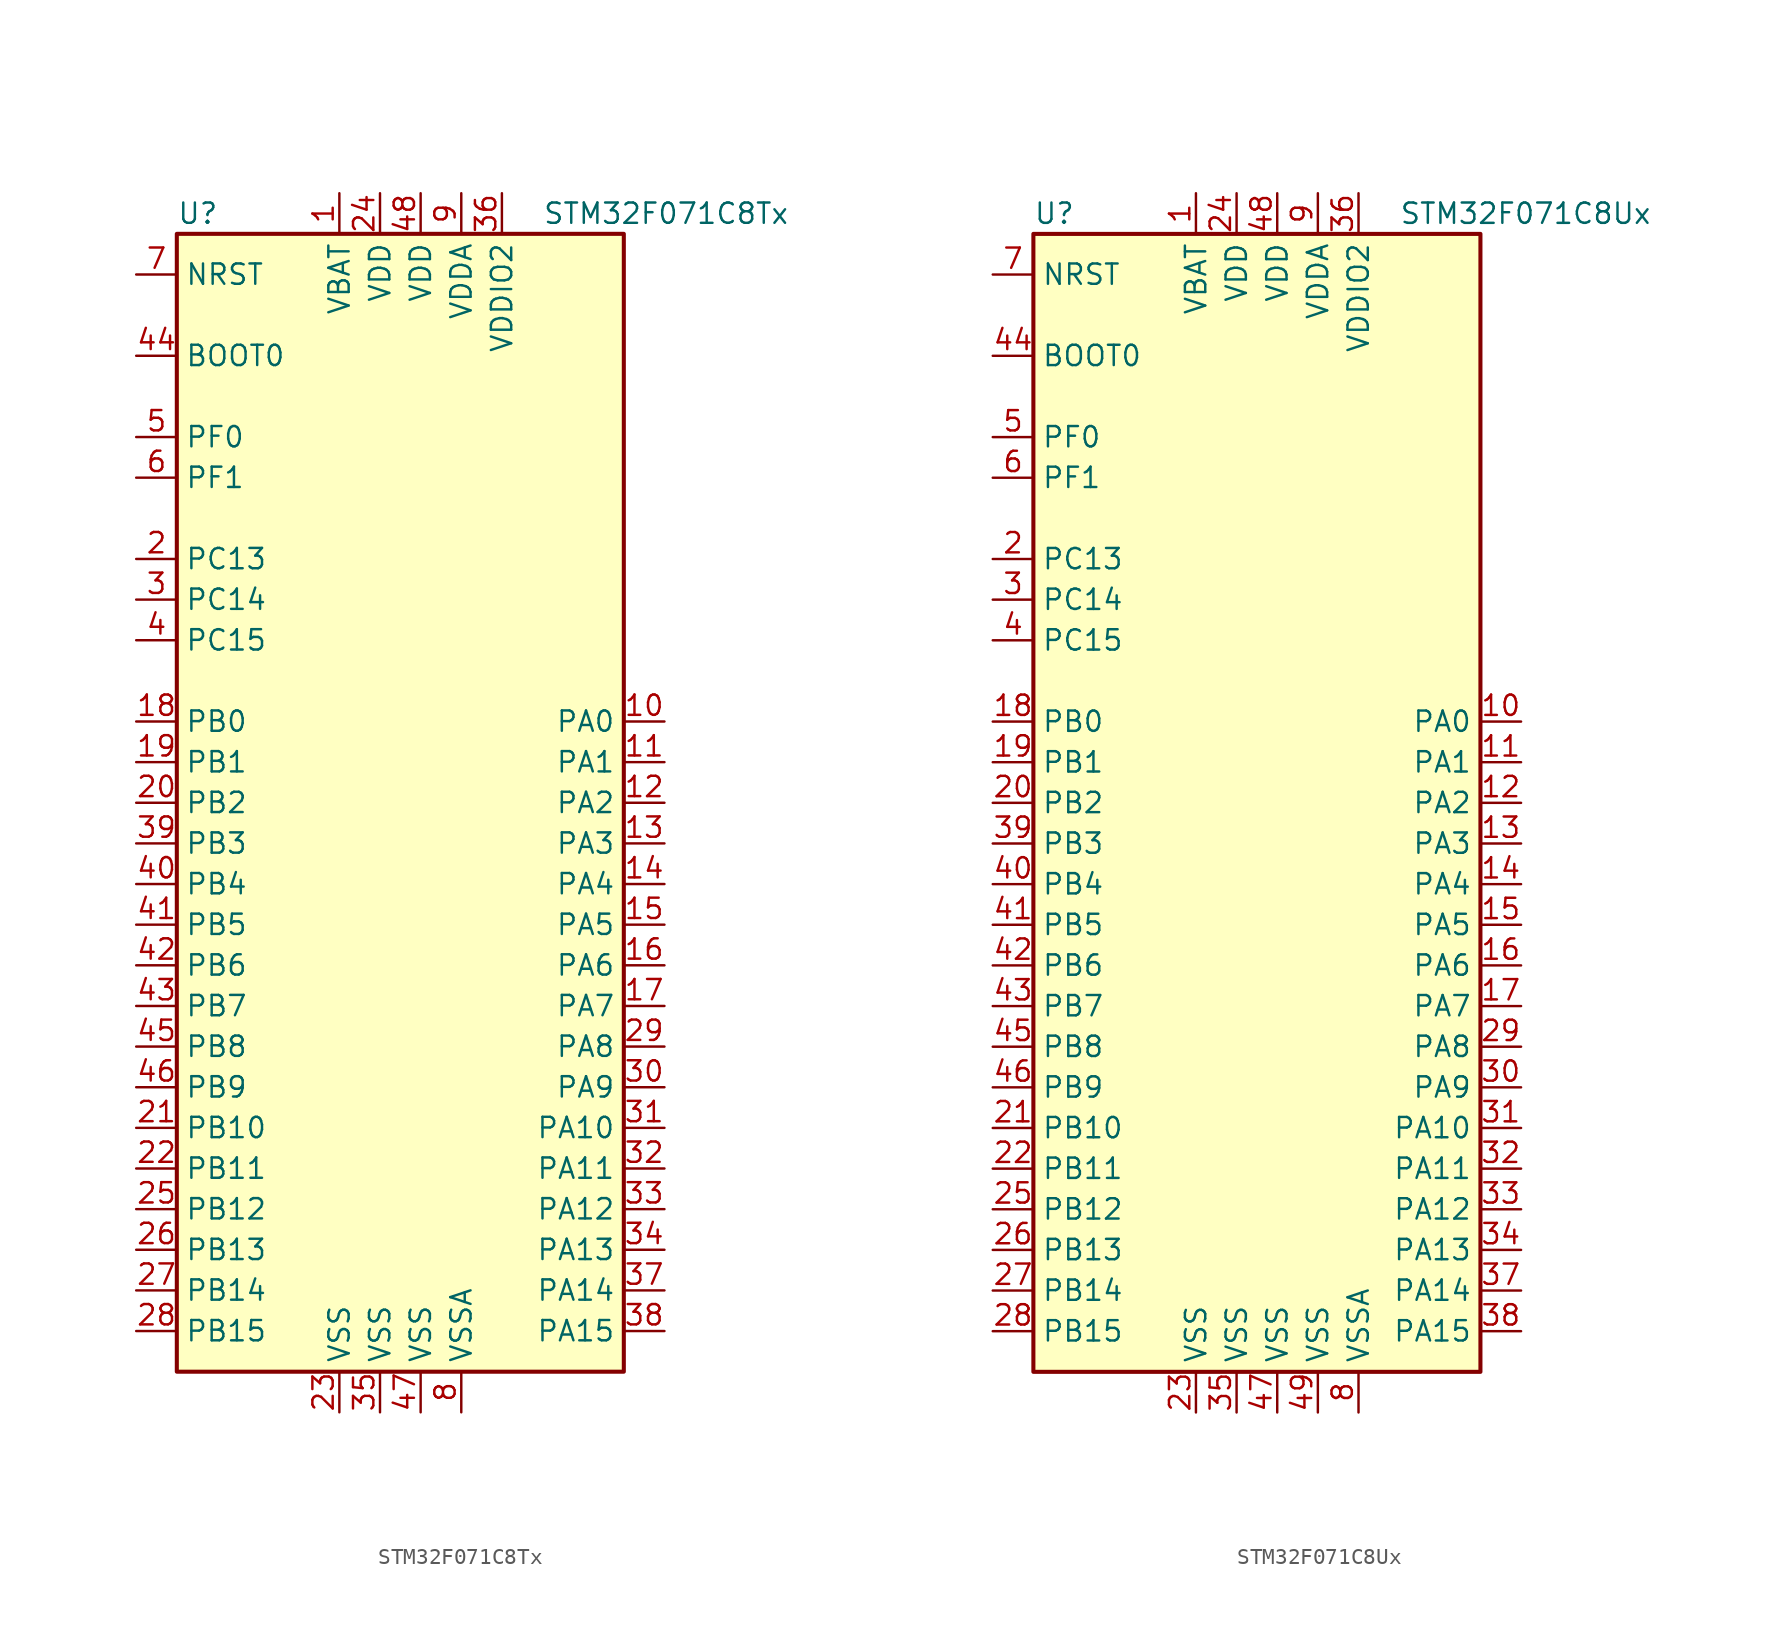
<source format=kicad_sym>
(kicad_symbol_lib
  (version 20211014)
  (generator kicad_symbol_editor)
  (symbol "STM32F071C8Tx"
    (property "Reference" "U"
      (at -15.24 36.83 0)
      (effects (font (size 1.27 1.27)) (justify left)))
    (property "Value" "STM32F071C8Tx"
      (at 7.62 36.83 0)
      (effects (font (size 1.27 1.27)) (justify left)))
    (symbol "STM32F071C8Tx_0_1"
      (rectangle (start -15.24 -35.56) (end 12.7 35.56) (stroke (width 0.254) (type default) (color 0 0 0 0)) (fill (type background))))
    (symbol "STM32F071C8Tx_1_1"
      (pin power_in line (at -5.08 38.1 270) (length 2.54) (name "VBAT" (effects (font (size 1.27 1.27)))) (number "1" (effects (font (size 1.27 1.27)))))
      (pin bidirectional line (at 15.24 5.08 180) (length 2.54) (name "PA0" (effects (font (size 1.27 1.27)))) (number "10" (effects (font (size 1.27 1.27)))))
      (pin bidirectional line (at 15.24 2.54 180) (length 2.54) (name "PA1" (effects (font (size 1.27 1.27)))) (number "11" (effects (font (size 1.27 1.27)))))
      (pin bidirectional line (at 15.24 0 180) (length 2.54) (name "PA2" (effects (font (size 1.27 1.27)))) (number "12" (effects (font (size 1.27 1.27)))))
      (pin bidirectional line (at 15.24 -2.54 180) (length 2.54) (name "PA3" (effects (font (size 1.27 1.27)))) (number "13" (effects (font (size 1.27 1.27)))))
      (pin bidirectional line (at 15.24 -5.08 180) (length 2.54) (name "PA4" (effects (font (size 1.27 1.27)))) (number "14" (effects (font (size 1.27 1.27)))))
      (pin bidirectional line (at 15.24 -7.62 180) (length 2.54) (name "PA5" (effects (font (size 1.27 1.27)))) (number "15" (effects (font (size 1.27 1.27)))))
      (pin bidirectional line (at 15.24 -10.16 180) (length 2.54) (name "PA6" (effects (font (size 1.27 1.27)))) (number "16" (effects (font (size 1.27 1.27)))))
      (pin bidirectional line (at 15.24 -12.7 180) (length 2.54) (name "PA7" (effects (font (size 1.27 1.27)))) (number "17" (effects (font (size 1.27 1.27)))))
      (pin bidirectional line (at -17.78 5.08 0) (length 2.54) (name "PB0" (effects (font (size 1.27 1.27)))) (number "18" (effects (font (size 1.27 1.27)))))
      (pin bidirectional line (at -17.78 2.54 0) (length 2.54) (name "PB1" (effects (font (size 1.27 1.27)))) (number "19" (effects (font (size 1.27 1.27)))))
      (pin bidirectional line (at -17.78 15.24 0) (length 2.54) (name "PC13" (effects (font (size 1.27 1.27)))) (number "2" (effects (font (size 1.27 1.27)))))
      (pin bidirectional line (at -17.78 0 0) (length 2.54) (name "PB2" (effects (font (size 1.27 1.27)))) (number "20" (effects (font (size 1.27 1.27)))))
      (pin bidirectional line (at -17.78 -20.32 0) (length 2.54) (name "PB10" (effects (font (size 1.27 1.27)))) (number "21" (effects (font (size 1.27 1.27)))))
      (pin bidirectional line (at -17.78 -22.86 0) (length 2.54) (name "PB11" (effects (font (size 1.27 1.27)))) (number "22" (effects (font (size 1.27 1.27)))))
      (pin power_in line (at -5.08 -38.1 90) (length 2.54) (name "VSS" (effects (font (size 1.27 1.27)))) (number "23" (effects (font (size 1.27 1.27)))))
      (pin power_in line (at -2.54 38.1 270) (length 2.54) (name "VDD" (effects (font (size 1.27 1.27)))) (number "24" (effects (font (size 1.27 1.27)))))
      (pin bidirectional line (at -17.78 -25.4 0) (length 2.54) (name "PB12" (effects (font (size 1.27 1.27)))) (number "25" (effects (font (size 1.27 1.27)))))
      (pin bidirectional line (at -17.78 -27.94 0) (length 2.54) (name "PB13" (effects (font (size 1.27 1.27)))) (number "26" (effects (font (size 1.27 1.27)))))
      (pin bidirectional line (at -17.78 -30.48 0) (length 2.54) (name "PB14" (effects (font (size 1.27 1.27)))) (number "27" (effects (font (size 1.27 1.27)))))
      (pin bidirectional line (at -17.78 -33.02 0) (length 2.54) (name "PB15" (effects (font (size 1.27 1.27)))) (number "28" (effects (font (size 1.27 1.27)))))
      (pin bidirectional line (at 15.24 -15.24 180) (length 2.54) (name "PA8" (effects (font (size 1.27 1.27)))) (number "29" (effects (font (size 1.27 1.27)))))
      (pin bidirectional line (at -17.78 12.7 0) (length 2.54) (name "PC14" (effects (font (size 1.27 1.27)))) (number "3" (effects (font (size 1.27 1.27)))))
      (pin bidirectional line (at 15.24 -17.78 180) (length 2.54) (name "PA9" (effects (font (size 1.27 1.27)))) (number "30" (effects (font (size 1.27 1.27)))))
      (pin bidirectional line (at 15.24 -20.32 180) (length 2.54) (name "PA10" (effects (font (size 1.27 1.27)))) (number "31" (effects (font (size 1.27 1.27)))))
      (pin bidirectional line (at 15.24 -22.86 180) (length 2.54) (name "PA11" (effects (font (size 1.27 1.27)))) (number "32" (effects (font (size 1.27 1.27)))))
      (pin bidirectional line (at 15.24 -25.4 180) (length 2.54) (name "PA12" (effects (font (size 1.27 1.27)))) (number "33" (effects (font (size 1.27 1.27)))))
      (pin bidirectional line (at 15.24 -27.94 180) (length 2.54) (name "PA13" (effects (font (size 1.27 1.27)))) (number "34" (effects (font (size 1.27 1.27)))))
      (pin power_in line (at -2.54 -38.1 90) (length 2.54) (name "VSS" (effects (font (size 1.27 1.27)))) (number "35" (effects (font (size 1.27 1.27)))))
      (pin power_in line (at 5.08 38.1 270) (length 2.54) (name "VDDIO2" (effects (font (size 1.27 1.27)))) (number "36" (effects (font (size 1.27 1.27)))))
      (pin bidirectional line (at 15.24 -30.48 180) (length 2.54) (name "PA14" (effects (font (size 1.27 1.27)))) (number "37" (effects (font (size 1.27 1.27)))))
      (pin bidirectional line (at 15.24 -33.02 180) (length 2.54) (name "PA15" (effects (font (size 1.27 1.27)))) (number "38" (effects (font (size 1.27 1.27)))))
      (pin bidirectional line (at -17.78 -2.54 0) (length 2.54) (name "PB3" (effects (font (size 1.27 1.27)))) (number "39" (effects (font (size 1.27 1.27)))))
      (pin bidirectional line (at -17.78 10.16 0) (length 2.54) (name "PC15" (effects (font (size 1.27 1.27)))) (number "4" (effects (font (size 1.27 1.27)))))
      (pin bidirectional line (at -17.78 -5.08 0) (length 2.54) (name "PB4" (effects (font (size 1.27 1.27)))) (number "40" (effects (font (size 1.27 1.27)))))
      (pin bidirectional line (at -17.78 -7.62 0) (length 2.54) (name "PB5" (effects (font (size 1.27 1.27)))) (number "41" (effects (font (size 1.27 1.27)))))
      (pin bidirectional line (at -17.78 -10.16 0) (length 2.54) (name "PB6" (effects (font (size 1.27 1.27)))) (number "42" (effects (font (size 1.27 1.27)))))
      (pin bidirectional line (at -17.78 -12.7 0) (length 2.54) (name "PB7" (effects (font (size 1.27 1.27)))) (number "43" (effects (font (size 1.27 1.27)))))
      (pin input line (at -17.78 27.94 0) (length 2.54) (name "BOOT0" (effects (font (size 1.27 1.27)))) (number "44" (effects (font (size 1.27 1.27)))))
      (pin bidirectional line (at -17.78 -15.24 0) (length 2.54) (name "PB8" (effects (font (size 1.27 1.27)))) (number "45" (effects (font (size 1.27 1.27)))))
      (pin bidirectional line (at -17.78 -17.78 0) (length 2.54) (name "PB9" (effects (font (size 1.27 1.27)))) (number "46" (effects (font (size 1.27 1.27)))))
      (pin power_in line (at 0 -38.1 90) (length 2.54) (name "VSS" (effects (font (size 1.27 1.27)))) (number "47" (effects (font (size 1.27 1.27)))))
      (pin power_in line (at 0 38.1 270) (length 2.54) (name "VDD" (effects (font (size 1.27 1.27)))) (number "48" (effects (font (size 1.27 1.27)))))
      (pin input line (at -17.78 22.86 0) (length 2.54) (name "PF0" (effects (font (size 1.27 1.27)))) (number "5" (effects (font (size 1.27 1.27)))))
      (pin input line (at -17.78 20.32 0) (length 2.54) (name "PF1" (effects (font (size 1.27 1.27)))) (number "6" (effects (font (size 1.27 1.27)))))
      (pin input line (at -17.78 33.02 0) (length 2.54) (name "NRST" (effects (font (size 1.27 1.27)))) (number "7" (effects (font (size 1.27 1.27)))))
      (pin power_in line (at 2.54 -38.1 90) (length 2.54) (name "VSSA" (effects (font (size 1.27 1.27)))) (number "8" (effects (font (size 1.27 1.27)))))
      (pin power_in line (at 2.54 38.1 270) (length 2.54) (name "VDDA" (effects (font (size 1.27 1.27)))) (number "9" (effects (font (size 1.27 1.27)))))))
  (symbol "STM32F071C8Ux"
    (property "Reference" "U"
      (at -15.24 36.83 0)
      (effects (font (size 1.27 1.27)) (justify left)))
    (property "Value" "STM32F071C8Ux"
      (at 7.62 36.83 0)
      (effects (font (size 1.27 1.27)) (justify left)))
    (symbol "STM32F071C8Ux_0_1"
      (rectangle (start -15.24 -35.56) (end 12.7 35.56) (stroke (width 0.254) (type default) (color 0 0 0 0)) (fill (type background))))
    (symbol "STM32F071C8Ux_1_1"
      (pin power_in line (at -5.08 38.1 270) (length 2.54) (name "VBAT" (effects (font (size 1.27 1.27)))) (number "1" (effects (font (size 1.27 1.27)))))
      (pin bidirectional line (at 15.24 5.08 180) (length 2.54) (name "PA0" (effects (font (size 1.27 1.27)))) (number "10" (effects (font (size 1.27 1.27)))))
      (pin bidirectional line (at 15.24 2.54 180) (length 2.54) (name "PA1" (effects (font (size 1.27 1.27)))) (number "11" (effects (font (size 1.27 1.27)))))
      (pin bidirectional line (at 15.24 0 180) (length 2.54) (name "PA2" (effects (font (size 1.27 1.27)))) (number "12" (effects (font (size 1.27 1.27)))))
      (pin bidirectional line (at 15.24 -2.54 180) (length 2.54) (name "PA3" (effects (font (size 1.27 1.27)))) (number "13" (effects (font (size 1.27 1.27)))))
      (pin bidirectional line (at 15.24 -5.08 180) (length 2.54) (name "PA4" (effects (font (size 1.27 1.27)))) (number "14" (effects (font (size 1.27 1.27)))))
      (pin bidirectional line (at 15.24 -7.62 180) (length 2.54) (name "PA5" (effects (font (size 1.27 1.27)))) (number "15" (effects (font (size 1.27 1.27)))))
      (pin bidirectional line (at 15.24 -10.16 180) (length 2.54) (name "PA6" (effects (font (size 1.27 1.27)))) (number "16" (effects (font (size 1.27 1.27)))))
      (pin bidirectional line (at 15.24 -12.7 180) (length 2.54) (name "PA7" (effects (font (size 1.27 1.27)))) (number "17" (effects (font (size 1.27 1.27)))))
      (pin bidirectional line (at -17.78 5.08 0) (length 2.54) (name "PB0" (effects (font (size 1.27 1.27)))) (number "18" (effects (font (size 1.27 1.27)))))
      (pin bidirectional line (at -17.78 2.54 0) (length 2.54) (name "PB1" (effects (font (size 1.27 1.27)))) (number "19" (effects (font (size 1.27 1.27)))))
      (pin bidirectional line (at -17.78 15.24 0) (length 2.54) (name "PC13" (effects (font (size 1.27 1.27)))) (number "2" (effects (font (size 1.27 1.27)))))
      (pin bidirectional line (at -17.78 0 0) (length 2.54) (name "PB2" (effects (font (size 1.27 1.27)))) (number "20" (effects (font (size 1.27 1.27)))))
      (pin bidirectional line (at -17.78 -20.32 0) (length 2.54) (name "PB10" (effects (font (size 1.27 1.27)))) (number "21" (effects (font (size 1.27 1.27)))))
      (pin bidirectional line (at -17.78 -22.86 0) (length 2.54) (name "PB11" (effects (font (size 1.27 1.27)))) (number "22" (effects (font (size 1.27 1.27)))))
      (pin power_in line (at -5.08 -38.1 90) (length 2.54) (name "VSS" (effects (font (size 1.27 1.27)))) (number "23" (effects (font (size 1.27 1.27)))))
      (pin power_in line (at -2.54 38.1 270) (length 2.54) (name "VDD" (effects (font (size 1.27 1.27)))) (number "24" (effects (font (size 1.27 1.27)))))
      (pin bidirectional line (at -17.78 -25.4 0) (length 2.54) (name "PB12" (effects (font (size 1.27 1.27)))) (number "25" (effects (font (size 1.27 1.27)))))
      (pin bidirectional line (at -17.78 -27.94 0) (length 2.54) (name "PB13" (effects (font (size 1.27 1.27)))) (number "26" (effects (font (size 1.27 1.27)))))
      (pin bidirectional line (at -17.78 -30.48 0) (length 2.54) (name "PB14" (effects (font (size 1.27 1.27)))) (number "27" (effects (font (size 1.27 1.27)))))
      (pin bidirectional line (at -17.78 -33.02 0) (length 2.54) (name "PB15" (effects (font (size 1.27 1.27)))) (number "28" (effects (font (size 1.27 1.27)))))
      (pin bidirectional line (at 15.24 -15.24 180) (length 2.54) (name "PA8" (effects (font (size 1.27 1.27)))) (number "29" (effects (font (size 1.27 1.27)))))
      (pin bidirectional line (at -17.78 12.7 0) (length 2.54) (name "PC14" (effects (font (size 1.27 1.27)))) (number "3" (effects (font (size 1.27 1.27)))))
      (pin bidirectional line (at 15.24 -17.78 180) (length 2.54) (name "PA9" (effects (font (size 1.27 1.27)))) (number "30" (effects (font (size 1.27 1.27)))))
      (pin bidirectional line (at 15.24 -20.32 180) (length 2.54) (name "PA10" (effects (font (size 1.27 1.27)))) (number "31" (effects (font (size 1.27 1.27)))))
      (pin bidirectional line (at 15.24 -22.86 180) (length 2.54) (name "PA11" (effects (font (size 1.27 1.27)))) (number "32" (effects (font (size 1.27 1.27)))))
      (pin bidirectional line (at 15.24 -25.4 180) (length 2.54) (name "PA12" (effects (font (size 1.27 1.27)))) (number "33" (effects (font (size 1.27 1.27)))))
      (pin bidirectional line (at 15.24 -27.94 180) (length 2.54) (name "PA13" (effects (font (size 1.27 1.27)))) (number "34" (effects (font (size 1.27 1.27)))))
      (pin power_in line (at -2.54 -38.1 90) (length 2.54) (name "VSS" (effects (font (size 1.27 1.27)))) (number "35" (effects (font (size 1.27 1.27)))))
      (pin power_in line (at 5.08 38.1 270) (length 2.54) (name "VDDIO2" (effects (font (size 1.27 1.27)))) (number "36" (effects (font (size 1.27 1.27)))))
      (pin bidirectional line (at 15.24 -30.48 180) (length 2.54) (name "PA14" (effects (font (size 1.27 1.27)))) (number "37" (effects (font (size 1.27 1.27)))))
      (pin bidirectional line (at 15.24 -33.02 180) (length 2.54) (name "PA15" (effects (font (size 1.27 1.27)))) (number "38" (effects (font (size 1.27 1.27)))))
      (pin bidirectional line (at -17.78 -2.54 0) (length 2.54) (name "PB3" (effects (font (size 1.27 1.27)))) (number "39" (effects (font (size 1.27 1.27)))))
      (pin bidirectional line (at -17.78 10.16 0) (length 2.54) (name "PC15" (effects (font (size 1.27 1.27)))) (number "4" (effects (font (size 1.27 1.27)))))
      (pin bidirectional line (at -17.78 -5.08 0) (length 2.54) (name "PB4" (effects (font (size 1.27 1.27)))) (number "40" (effects (font (size 1.27 1.27)))))
      (pin bidirectional line (at -17.78 -7.62 0) (length 2.54) (name "PB5" (effects (font (size 1.27 1.27)))) (number "41" (effects (font (size 1.27 1.27)))))
      (pin bidirectional line (at -17.78 -10.16 0) (length 2.54) (name "PB6" (effects (font (size 1.27 1.27)))) (number "42" (effects (font (size 1.27 1.27)))))
      (pin bidirectional line (at -17.78 -12.7 0) (length 2.54) (name "PB7" (effects (font (size 1.27 1.27)))) (number "43" (effects (font (size 1.27 1.27)))))
      (pin input line (at -17.78 27.94 0) (length 2.54) (name "BOOT0" (effects (font (size 1.27 1.27)))) (number "44" (effects (font (size 1.27 1.27)))))
      (pin bidirectional line (at -17.78 -15.24 0) (length 2.54) (name "PB8" (effects (font (size 1.27 1.27)))) (number "45" (effects (font (size 1.27 1.27)))))
      (pin bidirectional line (at -17.78 -17.78 0) (length 2.54) (name "PB9" (effects (font (size 1.27 1.27)))) (number "46" (effects (font (size 1.27 1.27)))))
      (pin power_in line (at 0 -38.1 90) (length 2.54) (name "VSS" (effects (font (size 1.27 1.27)))) (number "47" (effects (font (size 1.27 1.27)))))
      (pin power_in line (at 0 38.1 270) (length 2.54) (name "VDD" (effects (font (size 1.27 1.27)))) (number "48" (effects (font (size 1.27 1.27)))))
      (pin power_in line (at 2.54 -38.1 90) (length 2.54) (name "VSS" (effects (font (size 1.27 1.27)))) (number "49" (effects (font (size 1.27 1.27)))))
      (pin input line (at -17.78 22.86 0) (length 2.54) (name "PF0" (effects (font (size 1.27 1.27)))) (number "5" (effects (font (size 1.27 1.27)))))
      (pin input line (at -17.78 20.32 0) (length 2.54) (name "PF1" (effects (font (size 1.27 1.27)))) (number "6" (effects (font (size 1.27 1.27)))))
      (pin input line (at -17.78 33.02 0) (length 2.54) (name "NRST" (effects (font (size 1.27 1.27)))) (number "7" (effects (font (size 1.27 1.27)))))
      (pin power_in line (at 5.08 -38.1 90) (length 2.54) (name "VSSA" (effects (font (size 1.27 1.27)))) (number "8" (effects (font (size 1.27 1.27)))))
      (pin power_in line (at 2.54 38.1 270) (length 2.54) (name "VDDA" (effects (font (size 1.27 1.27)))) (number "9" (effects (font (size 1.27 1.27))))))))
</source>
